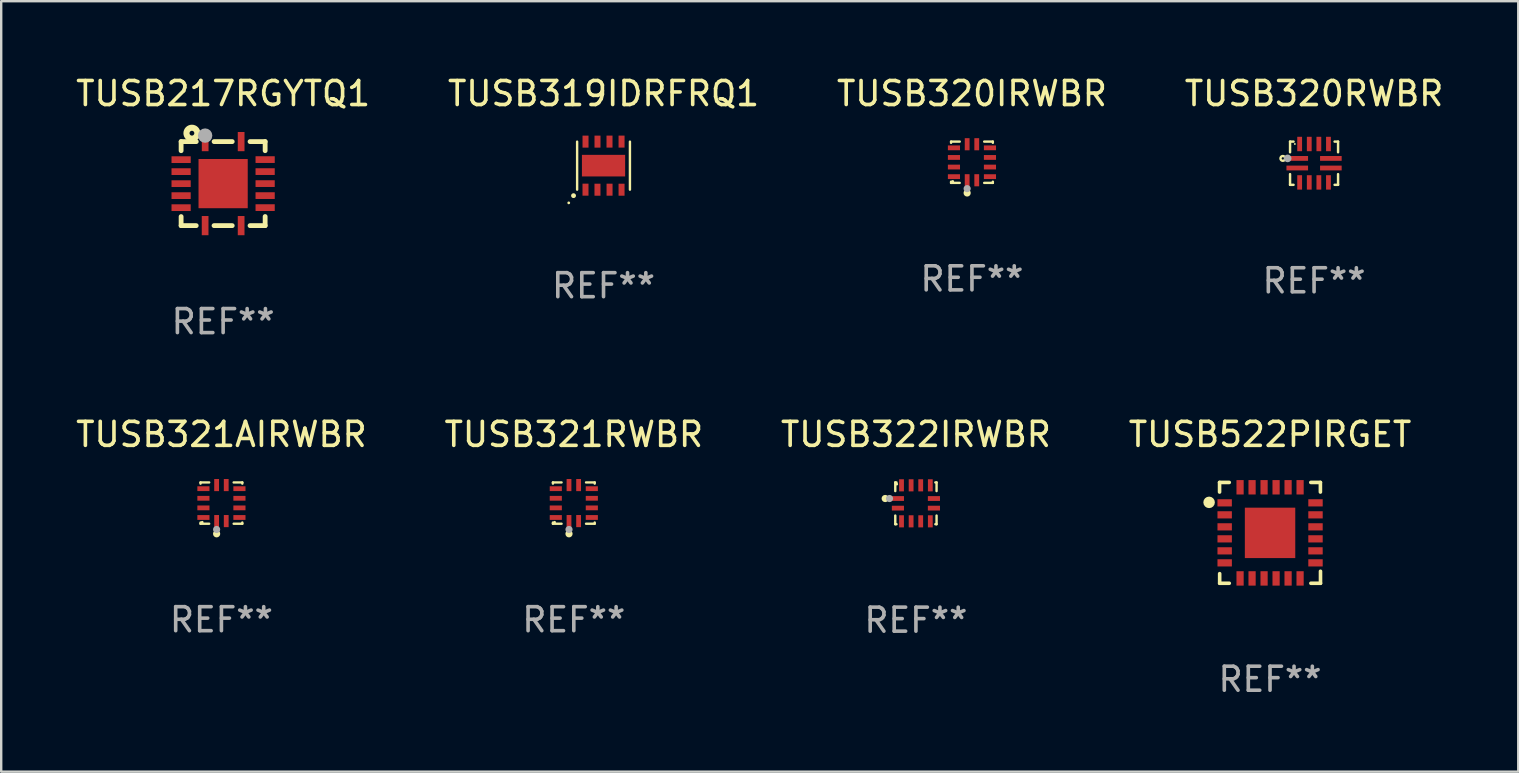
<source format=kicad_pcb>
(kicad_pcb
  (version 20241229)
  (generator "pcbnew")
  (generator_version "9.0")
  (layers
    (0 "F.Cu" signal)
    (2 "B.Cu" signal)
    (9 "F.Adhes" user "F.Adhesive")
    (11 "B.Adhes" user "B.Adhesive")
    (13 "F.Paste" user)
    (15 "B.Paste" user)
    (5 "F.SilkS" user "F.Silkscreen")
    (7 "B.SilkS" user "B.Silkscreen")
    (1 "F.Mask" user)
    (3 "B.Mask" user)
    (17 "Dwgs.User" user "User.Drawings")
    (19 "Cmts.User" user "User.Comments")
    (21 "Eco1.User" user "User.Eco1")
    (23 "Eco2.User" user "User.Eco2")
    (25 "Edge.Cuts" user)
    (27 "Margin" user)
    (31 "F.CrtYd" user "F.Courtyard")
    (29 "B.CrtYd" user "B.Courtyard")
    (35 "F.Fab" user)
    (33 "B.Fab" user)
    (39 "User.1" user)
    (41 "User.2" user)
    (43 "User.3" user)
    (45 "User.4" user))
  (footprint "TUSB321RWBR"
    (layer "F.Cu")
    (at 20.851 17.905)
    (property "Reference" "TUSB321RWBR" (at 0 -2.86 0) (layer "F.SilkS") (effects (font (size 1 1) (thickness 0.15))))
    (attr through_hole)
    (fp_line (start -0.87 0.86) (end -0.87 0.81) (stroke (width 0.1) (type solid)) (layer "F.SilkS"))
    (fp_line (start -0.87 -0.86) (end -0.87 -0.81) (stroke (width 0.1) (type solid)) (layer "F.SilkS"))
    (fp_line (start -0.87 -0.86) (end -0.51 -0.86) (stroke (width 0.1) (type solid)) (layer "F.SilkS"))
    (fp_line (start -0.87 0.86) (end -0.51 0.86) (stroke (width 0.1) (type solid)) (layer "F.SilkS"))
    (fp_line (start 0.87 -0.86) (end 0.51 -0.86) (stroke (width 0.1) (type solid)) (layer "F.SilkS"))
    (fp_line (start 0.87 0.86) (end 0.51 0.86) (stroke (width 0.1) (type solid)) (layer "F.SilkS"))
    (fp_line (start 0.87 0.86) (end 0.87 0.81) (stroke (width 0.1) (type solid)) (layer "F.SilkS"))
    (fp_line (start 0.87 -0.86) (end 0.87 -0.81) (stroke (width 0.1) (type solid)) (layer "F.SilkS"))
    (fp_circle (center -0.8 0.8) (end -0.77 0.8) (stroke (width 0.06) (type solid)) (fill no) (layer "F.SilkS"))
    (fp_circle (center -0.2 1.28) (end -0.125 1.28) (stroke (width 0.15) (type solid)) (fill no) (layer "F.SilkS"))
    (fp_circle (center -0.2 1.1) (end -0.125 1.1) (stroke (width 0.15) (type solid)) (fill no) (layer "F.Fab"))
    (fp_text user "REF**" (at 0 4.86 0) (layer "F.Fab") (effects (font (size 1 1) (thickness 0.15))))
    (pad "1" smd rect (at -0.2 0.75) (size 0.2 0.505) (layers "F.Cu" "F.Mask" "F.Paste"))
    (pad "2" smd rect (at 0.2 0.75) (size 0.2 0.505) (layers "F.Cu" "F.Mask" "F.Paste"))
    (pad "3" smd rect (at 0.75 0.6) (size 0.505 0.2) (layers "F.Cu" "F.Mask" "F.Paste"))
    (pad "4" smd rect (at 0.75 0.2) (size 0.505 0.2) (layers "F.Cu" "F.Mask" "F.Paste"))
    (pad "5" smd rect (at 0.75 -0.2) (size 0.505 0.2) (layers "F.Cu" "F.Mask" "F.Paste"))
    (pad "6" smd rect (at 0.75 -0.6) (size 0.505 0.2) (layers "F.Cu" "F.Mask" "F.Paste"))
    (pad "7" smd rect (at 0.2 -0.75) (size 0.2 0.505) (layers "F.Cu" "F.Mask" "F.Paste"))
    (pad "8" smd rect (at -0.2 -0.75) (size 0.2 0.505) (layers "F.Cu" "F.Mask" "F.Paste"))
    (pad "9" smd rect (at -0.75 -0.6) (size 0.505 0.2) (layers "F.Cu" "F.Mask" "F.Paste"))
    (pad "10" smd rect (at -0.75 -0.2) (size 0.505 0.2) (layers "F.Cu" "F.Mask" "F.Paste"))
    (pad "11" smd rect (at -0.75 0.2) (size 0.505 0.2) (layers "F.Cu" "F.Mask" "F.Paste"))
    (pad "12" smd rect (at -0.75 0.6) (size 0.505 0.2) (layers "F.Cu" "F.Mask" "F.Paste")))
  (footprint "TUSB522PIRGET"
    (layer "F.Cu")
    (at 49.851 19.145)
    (property "Reference" "TUSB522PIRGET" (at 0 -4.1 0) (layer "F.SilkS") (effects (font (size 1 1) (thickness 0.15))))
    (attr through_hole)
    (fp_line (start -2.102 -2.1) (end -1.698 -2.1) (stroke (width 0.15) (type solid)) (layer "F.SilkS"))
    (fp_line (start -2.102 -1.7) (end -2.102 -2.1) (stroke (width 0.15) (type solid)) (layer "F.SilkS"))
    (fp_line (start -2.098 1.7) (end -2.098 2.1) (stroke (width 0.15) (type solid)) (layer "F.SilkS"))
    (fp_line (start -2.098 2.1) (end -1.698 2.1) (stroke (width 0.15) (type solid)) (layer "F.SilkS"))
    (fp_line (start 1.698 -2.1) (end 2.098 -2.1) (stroke (width 0.15) (type solid)) (layer "F.SilkS"))
    (fp_line (start 2.098 -2.1) (end 2.098 -1.7) (stroke (width 0.15) (type solid)) (layer "F.SilkS"))
    (fp_line (start 2.102 1.6) (end 2.102 2.1) (stroke (width 0.15) (type solid)) (layer "F.SilkS"))
    (fp_line (start 2.102 2.1) (end 1.702 2.1) (stroke (width 0.15) (type solid)) (layer "F.SilkS"))
    (fp_circle (center -2.538 -1.27) (end -2.418 -1.27) (stroke (width 0.24) (type solid)) (fill no) (layer "F.SilkS"))
    (fp_text user "REF**" (at 0 6.1 0) (layer "F.Fab") (effects (font (size 1 1) (thickness 0.15))))
    (pad "1" smd rect (at -1.89 -1.25 90) (size 0.3 0.6) (layers "F.Cu" "F.Mask" "F.Paste"))
    (pad "2" smd rect (at -1.889 -0.75 90) (size 0.3 0.6) (layers "F.Cu" "F.Mask" "F.Paste"))
    (pad "3" smd rect (at -1.889 -0.25 90) (size 0.3 0.6) (layers "F.Cu" "F.Mask" "F.Paste"))
    (pad "4" smd rect (at -1.889 0.25 90) (size 0.3 0.6) (layers "F.Cu" "F.Mask" "F.Paste"))
    (pad "5" smd rect (at -1.889 0.75 90) (size 0.3 0.6) (layers "F.Cu" "F.Mask" "F.Paste"))
    (pad "6" smd rect (at -1.889 1.25 90) (size 0.3 0.6) (layers "F.Cu" "F.Mask" "F.Paste"))
    (pad "7" smd rect (at -1.248 1.898 180) (size 0.3 0.6) (layers "F.Cu" "F.Mask" "F.Paste"))
    (pad "8" smd rect (at -0.748 1.898 180) (size 0.3 0.6) (layers "F.Cu" "F.Mask" "F.Paste"))
    (pad "9" smd rect (at -0.248 1.898 180) (size 0.3 0.6) (layers "F.Cu" "F.Mask" "F.Paste"))
    (pad "10" smd rect (at 0.252 1.898 180) (size 0.3 0.6) (layers "F.Cu" "F.Mask" "F.Paste"))
    (pad "11" smd rect (at 0.752 1.898 180) (size 0.3 0.6) (layers "F.Cu" "F.Mask" "F.Paste"))
    (pad "12" smd rect (at 1.252 1.898 180) (size 0.3 0.6) (layers "F.Cu" "F.Mask" "F.Paste"))
    (pad "13" smd rect (at 1.894 1.25 270) (size 0.3 0.6) (layers "F.Cu" "F.Mask" "F.Paste"))
    (pad "14" smd rect (at 1.894 0.75 270) (size 0.3 0.6) (layers "F.Cu" "F.Mask" "F.Paste"))
    (pad "15" smd rect (at 1.894 0.25 270) (size 0.3 0.6) (layers "F.Cu" "F.Mask" "F.Paste"))
    (pad "16" smd rect (at 1.894 -0.25 270) (size 0.3 0.6) (layers "F.Cu" "F.Mask" "F.Paste"))
    (pad "17" smd rect (at 1.894 -0.75 270) (size 0.3 0.6) (layers "F.Cu" "F.Mask" "F.Paste"))
    (pad "18" smd rect (at 1.894 -1.25 270) (size 0.3 0.6) (layers "F.Cu" "F.Mask" "F.Paste"))
    (pad "19" smd rect (at 1.252 -1.898) (size 0.3 0.6) (layers "F.Cu" "F.Mask" "F.Paste"))
    (pad "20" smd rect (at 0.752 -1.898) (size 0.3 0.6) (layers "F.Cu" "F.Mask" "F.Paste"))
    (pad "21" smd rect (at 0.252 -1.898) (size 0.3 0.6) (layers "F.Cu" "F.Mask" "F.Paste"))
    (pad "22" smd rect (at -0.248 -1.898) (size 0.3 0.6) (layers "F.Cu" "F.Mask" "F.Paste"))
    (pad "23" smd rect (at -0.748 -1.898) (size 0.3 0.6) (layers "F.Cu" "F.Mask" "F.Paste"))
    (pad "24" smd rect (at -1.248 -1.898) (size 0.3 0.6) (layers "F.Cu" "F.Mask" "F.Paste"))
    (pad "25" smd rect (at 0.001 0.001) (size 2.1 2.1) (layers "F.Cu" "F.Mask" "F.Paste")))
  (footprint "TUSB320RWBR"
    (layer "F.Cu")
    (at 51.685 3.748)
    (property "Reference" "TUSB320RWBR" (at 0 -2.9 0) (layer "F.SilkS") (effects (font (size 1 1) (thickness 0.15))))
    (attr through_hole)
    (fp_line (start -1 -0.9) (end -0.855 -0.9) (stroke (width 0.102) (type solid)) (layer "F.SilkS"))
    (fp_line (start -1 -0.455) (end -1 -0.9) (stroke (width 0.102) (type solid)) (layer "F.SilkS"))
    (fp_line (start -1 0.9) (end -1 0.455) (stroke (width 0.102) (type solid)) (layer "F.SilkS"))
    (fp_line (start -0.855 0.9) (end -1 0.9) (stroke (width 0.102) (type solid)) (layer "F.SilkS"))
    (fp_line (start 0.855 -0.9) (end 1 -0.9) (stroke (width 0.102) (type solid)) (layer "F.SilkS"))
    (fp_line (start 1 -0.9) (end 1 -0.455) (stroke (width 0.102) (type solid)) (layer "F.SilkS"))
    (fp_line (start 1 0.455) (end 1 0.9) (stroke (width 0.102) (type solid)) (layer "F.SilkS"))
    (fp_line (start 1 0.9) (end 0.855 0.9) (stroke (width 0.102) (type solid)) (layer "F.SilkS"))
    (fp_circle (center -1.3 -0.2) (end -1.2 -0.2) (stroke (width 0.1) (type solid)) (fill no) (layer "F.SilkS"))
    (fp_circle (center -0.8 -0.8) (end -0.78 -0.8) (stroke (width 0.04) (type solid)) (fill no) (layer "F.SilkS"))
    (fp_circle (center -1.1 -0.2) (end -1.02 -0.2) (stroke (width 0.16) (type solid)) (fill no) (layer "F.Fab"))
    (fp_text user "REF**" (at 0 4.9 0) (layer "F.Fab") (effects (font (size 1 1) (thickness 0.15))))
    (pad "1" smd rect (at -0.7 -0.2) (size 0.9 0.2) (layers "F.Cu" "F.Mask" "F.Paste"))
    (pad "2" smd rect (at -0.7 0.2) (size 0.9 0.2) (layers "F.Cu" "F.Mask" "F.Paste"))
    (pad "3" smd rect (at -0.6 0.8) (size 0.2 0.6) (layers "F.Cu" "F.Mask" "F.Paste"))
    (pad "4" smd rect (at -0.2 0.8) (size 0.2 0.6) (layers "F.Cu" "F.Mask" "F.Paste"))
    (pad "5" smd rect (at 0.2 0.8) (size 0.2 0.6) (layers "F.Cu" "F.Mask" "F.Paste"))
    (pad "6" smd rect (at 0.6 0.8) (size 0.2 0.6) (layers "F.Cu" "F.Mask" "F.Paste"))
    (pad "7" smd rect (at 0.7 0.2) (size 0.9 0.2) (layers "F.Cu" "F.Mask" "F.Paste"))
    (pad "8" smd rect (at 0.7 -0.2) (size 0.9 0.2) (layers "F.Cu" "F.Mask" "F.Paste"))
    (pad "9" smd rect (at 0.6 -0.8) (size 0.2 0.6) (layers "F.Cu" "F.Mask" "F.Paste"))
    (pad "10" smd rect (at 0.2 -0.8) (size 0.2 0.6) (layers "F.Cu" "F.Mask" "F.Paste"))
    (pad "11" smd rect (at -0.2 -0.8) (size 0.2 0.6) (layers "F.Cu" "F.Mask" "F.Paste"))
    (pad "12" smd rect (at -0.6 -0.8) (size 0.2 0.6) (layers "F.Cu" "F.Mask" "F.Paste")))
  (footprint "TUSB321AIRWBR"
    (layer "F.Cu")
    (at 6.173 17.905)
    (property "Reference" "TUSB321AIRWBR" (at 0 -2.86 0) (layer "F.SilkS") (effects (font (size 1 1) (thickness 0.15))))
    (attr through_hole)
    (fp_line (start -0.87 0.86) (end -0.87 0.81) (stroke (width 0.1) (type solid)) (layer "F.SilkS"))
    (fp_line (start -0.87 -0.86) (end -0.87 -0.81) (stroke (width 0.1) (type solid)) (layer "F.SilkS"))
    (fp_line (start -0.87 -0.86) (end -0.51 -0.86) (stroke (width 0.1) (type solid)) (layer "F.SilkS"))
    (fp_line (start -0.87 0.86) (end -0.51 0.86) (stroke (width 0.1) (type solid)) (layer "F.SilkS"))
    (fp_line (start 0.87 -0.86) (end 0.51 -0.86) (stroke (width 0.1) (type solid)) (layer "F.SilkS"))
    (fp_line (start 0.87 0.86) (end 0.51 0.86) (stroke (width 0.1) (type solid)) (layer "F.SilkS"))
    (fp_line (start 0.87 0.86) (end 0.87 0.81) (stroke (width 0.1) (type solid)) (layer "F.SilkS"))
    (fp_line (start 0.87 -0.86) (end 0.87 -0.81) (stroke (width 0.1) (type solid)) (layer "F.SilkS"))
    (fp_circle (center -0.8 0.8) (end -0.77 0.8) (stroke (width 0.06) (type solid)) (fill no) (layer "F.SilkS"))
    (fp_circle (center -0.2 1.28) (end -0.125 1.28) (stroke (width 0.15) (type solid)) (fill no) (layer "F.SilkS"))
    (fp_circle (center -0.2 1.1) (end -0.125 1.1) (stroke (width 0.15) (type solid)) (fill no) (layer "F.Fab"))
    (fp_text user "REF**" (at 0 4.86 0) (layer "F.Fab") (effects (font (size 1 1) (thickness 0.15))))
    (pad "1" smd rect (at -0.2 0.75) (size 0.2 0.505) (layers "F.Cu" "F.Mask" "F.Paste"))
    (pad "2" smd rect (at 0.2 0.75) (size 0.2 0.505) (layers "F.Cu" "F.Mask" "F.Paste"))
    (pad "3" smd rect (at 0.75 0.6) (size 0.505 0.2) (layers "F.Cu" "F.Mask" "F.Paste"))
    (pad "4" smd rect (at 0.75 0.2) (size 0.505 0.2) (layers "F.Cu" "F.Mask" "F.Paste"))
    (pad "5" smd rect (at 0.75 -0.2) (size 0.505 0.2) (layers "F.Cu" "F.Mask" "F.Paste"))
    (pad "6" smd rect (at 0.75 -0.6) (size 0.505 0.2) (layers "F.Cu" "F.Mask" "F.Paste"))
    (pad "7" smd rect (at 0.2 -0.75) (size 0.2 0.505) (layers "F.Cu" "F.Mask" "F.Paste"))
    (pad "8" smd rect (at -0.2 -0.75) (size 0.2 0.505) (layers "F.Cu" "F.Mask" "F.Paste"))
    (pad "9" smd rect (at -0.75 -0.6) (size 0.505 0.2) (layers "F.Cu" "F.Mask" "F.Paste"))
    (pad "10" smd rect (at -0.75 -0.2) (size 0.505 0.2) (layers "F.Cu" "F.Mask" "F.Paste"))
    (pad "11" smd rect (at -0.75 0.2) (size 0.505 0.2) (layers "F.Cu" "F.Mask" "F.Paste"))
    (pad "12" smd rect (at -0.75 0.6) (size 0.505 0.2) (layers "F.Cu" "F.Mask" "F.Paste")))
  (footprint "TUSB217RGYTQ1"
    (layer "F.Cu")
    (at 6.244 4.598)
    (property "Reference" "TUSB217RGYTQ1" (at 0 -3.75 0) (layer "F.SilkS") (effects (font (size 1 1) (thickness 0.15))))
    (attr through_hole)
    (fp_line (start -1.75 -1.75) (end -1.75 -1.37) (stroke (width 0.2) (type solid)) (layer "F.SilkS"))
    (fp_line (start -1.75 1.373) (end -1.75 1.75) (stroke (width 0.2) (type solid)) (layer "F.SilkS"))
    (fp_line (start -1.75 1.75) (end -1.121 1.75) (stroke (width 0.2) (type solid)) (layer "F.SilkS"))
    (fp_line (start -1.119 -1.75) (end -1.75 -1.75) (stroke (width 0.2) (type solid)) (layer "F.SilkS"))
    (fp_line (start -0.379 1.75) (end 0.379 1.75) (stroke (width 0.2) (type solid)) (layer "F.SilkS"))
    (fp_line (start 0.379 -1.75) (end -0.377 -1.75) (stroke (width 0.2) (type solid)) (layer "F.SilkS"))
    (fp_line (start 1.121 1.75) (end 1.75 1.75) (stroke (width 0.2) (type solid)) (layer "F.SilkS"))
    (fp_line (start 1.75 -1.75) (end 1.121 -1.75) (stroke (width 0.2) (type solid)) (layer "F.SilkS"))
    (fp_line (start 1.75 -1.371) (end 1.75 -1.75) (stroke (width 0.2) (type solid)) (layer "F.SilkS"))
    (fp_line (start 1.75 1.75) (end 1.75 1.371) (stroke (width 0.2) (type solid)) (layer "F.SilkS"))
    (fp_circle (center -1.75 -1.75) (end -1.72 -1.75) (stroke (width 0.06) (type solid)) (fill no) (layer "F.SilkS"))
    (fp_circle (center -1.3 -2.1) (end -1.2 -2.1) (stroke (width 0.254) (type solid)) (fill no) (layer "F.SilkS"))
    (fp_circle (center -0.75 -2) (end -0.6 -2) (stroke (width 0.3) (type solid)) (fill no) (layer "F.Fab"))
    (fp_text user "REF**" (at 0 5.75 0) (layer "F.Fab") (effects (font (size 1 1) (thickness 0.15))))
    (pad "1" smd rect (at -0.748 -1.75) (size 0.28 0.8) (layers "F.Cu" "F.Mask" "F.Paste"))
    (pad "2" smd rect (at -1.75 -0.998) (size 0.8 0.28) (layers "F.Cu" "F.Mask" "F.Paste"))
    (pad "3" smd rect (at -1.75 -0.499) (size 0.8 0.28) (layers "F.Cu" "F.Mask" "F.Paste"))
    (pad "4" smd rect (at -1.75 0.002) (size 0.8 0.28) (layers "F.Cu" "F.Mask" "F.Paste"))
    (pad "5" smd rect (at -1.75 0.501) (size 0.8 0.28) (layers "F.Cu" "F.Mask" "F.Paste"))
    (pad "6" smd rect (at -1.75 1.002) (size 0.8 0.28) (layers "F.Cu" "F.Mask" "F.Paste"))
    (pad "7" smd rect (at -0.75 1.75) (size 0.28 0.8) (layers "F.Cu" "F.Mask" "F.Paste"))
    (pad "8" smd rect (at 0.75 1.75) (size 0.28 0.8) (layers "F.Cu" "F.Mask" "F.Paste"))
    (pad "9" smd rect (at 1.75 1) (size 0.8 0.28) (layers "F.Cu" "F.Mask" "F.Paste"))
    (pad "10" smd rect (at 1.75 0.5) (size 0.8 0.28) (layers "F.Cu" "F.Mask" "F.Paste"))
    (pad "11" smd rect (at 1.75 0.000025) (size 0.8 0.28) (layers "F.Cu" "F.Mask" "F.Paste"))
    (pad "12" smd rect (at 1.75 -0.5) (size 0.8 0.28) (layers "F.Cu" "F.Mask" "F.Paste"))
    (pad "13" smd rect (at 1.75 -1) (size 0.8 0.28) (layers "F.Cu" "F.Mask" "F.Paste"))
    (pad "14" smd rect (at 0.75 -1.75) (size 0.28 0.8) (layers "F.Cu" "F.Mask" "F.Paste"))
    (pad "15" smd rect (at 0 0.000025) (size 2.05 2.05) (layers "F.Cu" "F.Mask" "F.Paste")))
  (footprint "TUSB319IDRFRQ1"
    (layer "F.Cu")
    (at 22.089 3.85)
    (property "Reference" "TUSB319IDRFRQ1" (at 0 -3.002 0) (layer "F.SilkS") (effects (font (size 1 1) (thickness 0.15))))
    (attr through_hole)
    (fp_line (start -1.1 1) (end -1.1 -1) (stroke (width 0.1) (type solid)) (layer "F.SilkS"))
    (fp_line (start 1.1 -1) (end 1.1 1) (stroke (width 0.1) (type solid)) (layer "F.SilkS"))
    (fp_arc (start -1.250572 1.249708) (mid -1.249302 1.2497) (end -1.248032 1.249708) (stroke (width 0.2) (type solid)) (layer "F.SilkS"))
    (fp_circle (center -1.449 1.55) (end -1.419 1.55) (stroke (width 0.06) (type solid)) (fill no) (layer "F.SilkS"))
    (fp_text user "REF**" (at 0 5.002 0) (layer "F.Fab") (effects (font (size 1 1) (thickness 0.15))))
    (pad "1" smd rect (at -0.751 1) (size 0.25 0.5) (layers "F.Cu" "F.Mask" "F.Paste"))
    (pad "2" smd rect (at -0.252 1.002) (size 0.25 0.5) (layers "F.Cu" "F.Mask" "F.Paste"))
    (pad "3" smd rect (at 0.251 1.001) (size 0.25 0.5) (layers "F.Cu" "F.Mask" "F.Paste"))
    (pad "4" smd rect (at 0.751 1.002) (size 0.25 0.5) (layers "F.Cu" "F.Mask" "F.Paste"))
    (pad "5" smd rect (at 0.751 -1.002 180) (size 0.25 0.5) (layers "F.Cu" "F.Mask" "F.Paste"))
    (pad "6" smd rect (at 0.249 -1.002 180) (size 0.25 0.5) (layers "F.Cu" "F.Mask" "F.Paste"))
    (pad "7" smd rect (at -0.251 -1.001 180) (size 0.25 0.5) (layers "F.Cu" "F.Mask" "F.Paste"))
    (pad "8" smd rect (at -0.75 -1.001 180) (size 0.25 0.5) (layers "F.Cu" "F.Mask" "F.Paste"))
    (pad "9" smd rect (at 0.000102 -0.000254 270) (size 0.9 1.8) (layers "F.Cu" "F.Mask" "F.Paste")))
  (footprint "TUSB320IRWBR"
    (layer "F.Cu")
    (at 37.435 3.708)
    (property "Reference" "TUSB320IRWBR" (at 0 -2.86 0) (layer "F.SilkS") (effects (font (size 1 1) (thickness 0.15))))
    (attr through_hole)
    (fp_line (start -0.87 0.86) (end -0.87 0.81) (stroke (width 0.1) (type solid)) (layer "F.SilkS"))
    (fp_line (start -0.87 -0.86) (end -0.87 -0.81) (stroke (width 0.1) (type solid)) (layer "F.SilkS"))
    (fp_line (start -0.87 -0.86) (end -0.51 -0.86) (stroke (width 0.1) (type solid)) (layer "F.SilkS"))
    (fp_line (start -0.87 0.86) (end -0.51 0.86) (stroke (width 0.1) (type solid)) (layer "F.SilkS"))
    (fp_line (start 0.87 -0.86) (end 0.51 -0.86) (stroke (width 0.1) (type solid)) (layer "F.SilkS"))
    (fp_line (start 0.87 0.86) (end 0.51 0.86) (stroke (width 0.1) (type solid)) (layer "F.SilkS"))
    (fp_line (start 0.87 0.86) (end 0.87 0.81) (stroke (width 0.1) (type solid)) (layer "F.SilkS"))
    (fp_line (start 0.87 -0.86) (end 0.87 -0.81) (stroke (width 0.1) (type solid)) (layer "F.SilkS"))
    (fp_circle (center -0.8 0.8) (end -0.77 0.8) (stroke (width 0.06) (type solid)) (fill no) (layer "F.SilkS"))
    (fp_circle (center -0.2 1.28) (end -0.125 1.28) (stroke (width 0.15) (type solid)) (fill no) (layer "F.SilkS"))
    (fp_circle (center -0.2 1.1) (end -0.125 1.1) (stroke (width 0.15) (type solid)) (fill no) (layer "F.Fab"))
    (fp_text user "REF**" (at 0 4.86 0) (layer "F.Fab") (effects (font (size 1 1) (thickness 0.15))))
    (pad "1" smd rect (at -0.2 0.75) (size 0.2 0.505) (layers "F.Cu" "F.Mask" "F.Paste"))
    (pad "2" smd rect (at 0.2 0.75) (size 0.2 0.505) (layers "F.Cu" "F.Mask" "F.Paste"))
    (pad "3" smd rect (at 0.75 0.6) (size 0.505 0.2) (layers "F.Cu" "F.Mask" "F.Paste"))
    (pad "4" smd rect (at 0.75 0.2) (size 0.505 0.2) (layers "F.Cu" "F.Mask" "F.Paste"))
    (pad "5" smd rect (at 0.75 -0.2) (size 0.505 0.2) (layers "F.Cu" "F.Mask" "F.Paste"))
    (pad "6" smd rect (at 0.75 -0.6) (size 0.505 0.2) (layers "F.Cu" "F.Mask" "F.Paste"))
    (pad "7" smd rect (at 0.2 -0.75) (size 0.2 0.505) (layers "F.Cu" "F.Mask" "F.Paste"))
    (pad "8" smd rect (at -0.2 -0.75) (size 0.2 0.505) (layers "F.Cu" "F.Mask" "F.Paste"))
    (pad "9" smd rect (at -0.75 -0.6) (size 0.505 0.2) (layers "F.Cu" "F.Mask" "F.Paste"))
    (pad "10" smd rect (at -0.75 -0.2) (size 0.505 0.2) (layers "F.Cu" "F.Mask" "F.Paste"))
    (pad "11" smd rect (at -0.75 0.2) (size 0.505 0.2) (layers "F.Cu" "F.Mask" "F.Paste"))
    (pad "12" smd rect (at -0.75 0.6) (size 0.505 0.2) (layers "F.Cu" "F.Mask" "F.Paste")))
  (footprint "TUSB322IRWBR"
    (layer "F.Cu")
    (at 35.101 17.915)
    (property "Reference" "TUSB322IRWBR" (at 0 -2.87 0) (layer "F.SilkS") (effects (font (size 1 1) (thickness 0.15))))
    (attr through_hole)
    (fp_line (start -0.86 0.87) (end -0.86 0.51) (stroke (width 0.1) (type solid)) (layer "F.SilkS"))
    (fp_line (start -0.86 0.87) (end -0.81 0.87) (stroke (width 0.1) (type solid)) (layer "F.SilkS"))
    (fp_line (start -0.86 -0.87) (end -0.86 -0.51) (stroke (width 0.1) (type solid)) (layer "F.SilkS"))
    (fp_line (start -0.86 -0.87) (end -0.81 -0.87) (stroke (width 0.1) (type solid)) (layer "F.SilkS"))
    (fp_line (start 0.86 -0.87) (end 0.81 -0.87) (stroke (width 0.1) (type solid)) (layer "F.SilkS"))
    (fp_line (start 0.86 -0.87) (end 0.86 -0.51) (stroke (width 0.1) (type solid)) (layer "F.SilkS"))
    (fp_line (start 0.86 0.87) (end 0.86 0.51) (stroke (width 0.1) (type solid)) (layer "F.SilkS"))
    (fp_line (start 0.86 0.87) (end 0.81 0.87) (stroke (width 0.1) (type solid)) (layer "F.SilkS"))
    (fp_circle (center -1.28 -0.2) (end -1.205 -0.2) (stroke (width 0.15) (type solid)) (fill no) (layer "F.SilkS"))
    (fp_circle (center -0.8 -0.8) (end -0.77 -0.8) (stroke (width 0.06) (type solid)) (fill no) (layer "F.SilkS"))
    (fp_circle (center -1.1 -0.2) (end -1.025 -0.2) (stroke (width 0.15) (type solid)) (fill no) (layer "F.Fab"))
    (fp_text user "REF**" (at 0 4.87 0) (layer "F.Fab") (effects (font (size 1 1) (thickness 0.15))))
    (pad "1" smd rect (at -0.75 -0.2 270) (size 0.2 0.505) (layers "F.Cu" "F.Mask" "F.Paste"))
    (pad "2" smd rect (at -0.75 0.2 270) (size 0.2 0.505) (layers "F.Cu" "F.Mask" "F.Paste"))
    (pad "3" smd rect (at -0.6 0.75 270) (size 0.505 0.2) (layers "F.Cu" "F.Mask" "F.Paste"))
    (pad "4" smd rect (at -0.2 0.75 270) (size 0.505 0.2) (layers "F.Cu" "F.Mask" "F.Paste"))
    (pad "5" smd rect (at 0.2 0.75 270) (size 0.505 0.2) (layers "F.Cu" "F.Mask" "F.Paste"))
    (pad "6" smd rect (at 0.6 0.75 270) (size 0.505 0.2) (layers "F.Cu" "F.Mask" "F.Paste"))
    (pad "7" smd rect (at 0.75 0.2 270) (size 0.2 0.505) (layers "F.Cu" "F.Mask" "F.Paste"))
    (pad "8" smd rect (at 0.75 -0.2 270) (size 0.2 0.505) (layers "F.Cu" "F.Mask" "F.Paste"))
    (pad "9" smd rect (at 0.6 -0.75 270) (size 0.505 0.2) (layers "F.Cu" "F.Mask" "F.Paste"))
    (pad "10" smd rect (at 0.2 -0.75 270) (size 0.505 0.2) (layers "F.Cu" "F.Mask" "F.Paste"))
    (pad "11" smd rect (at -0.2 -0.75 270) (size 0.505 0.2) (layers "F.Cu" "F.Mask" "F.Paste"))
    (pad "12" smd rect (at -0.6 -0.75 270) (size 0.505 0.2) (layers "F.Cu" "F.Mask" "F.Paste")))
  (gr_rect
    (start -3 -3)
    (end 60.19 29.093)
    (stroke (width 0.1) (type default))
    (fill no)
    (layer "Edge.Cuts")))
</source>
